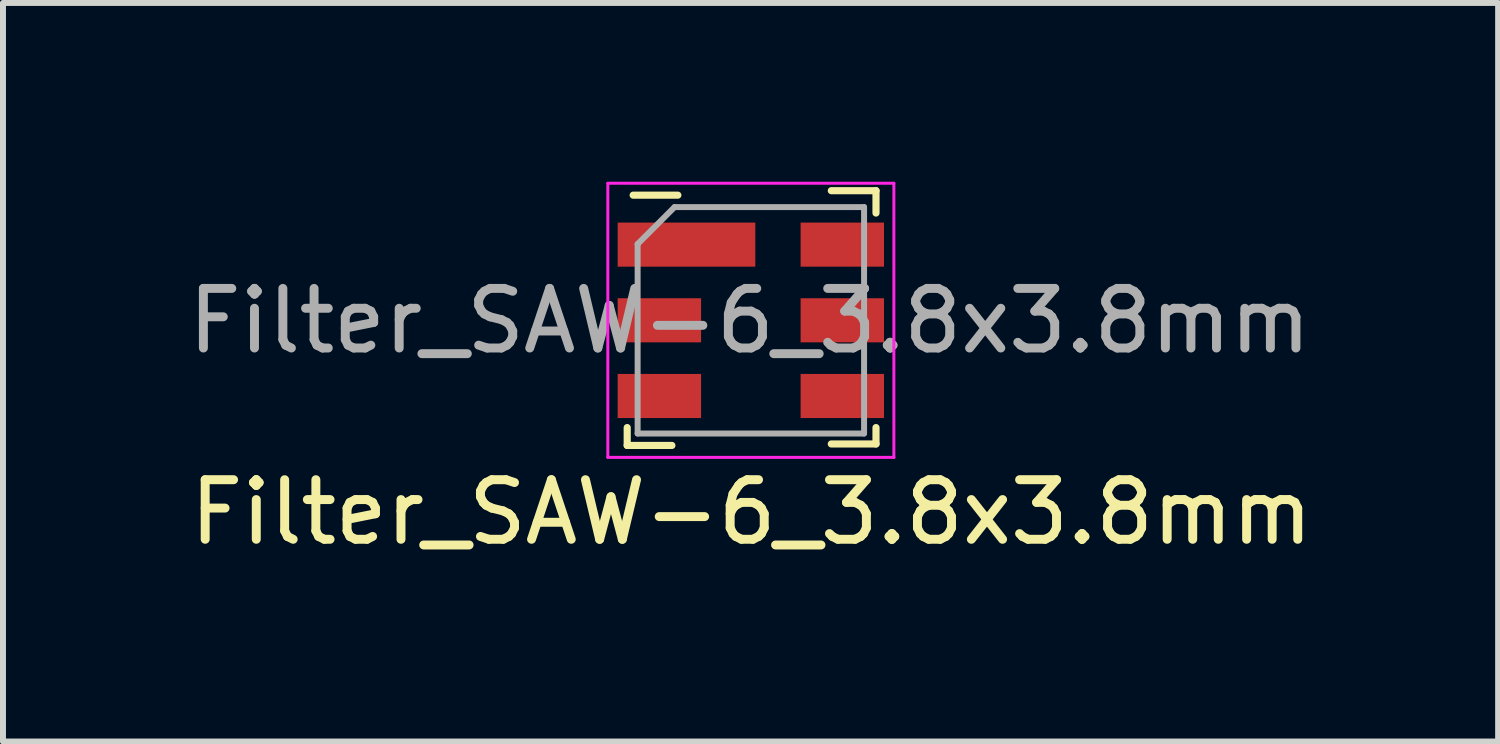
<source format=kicad_pcb>
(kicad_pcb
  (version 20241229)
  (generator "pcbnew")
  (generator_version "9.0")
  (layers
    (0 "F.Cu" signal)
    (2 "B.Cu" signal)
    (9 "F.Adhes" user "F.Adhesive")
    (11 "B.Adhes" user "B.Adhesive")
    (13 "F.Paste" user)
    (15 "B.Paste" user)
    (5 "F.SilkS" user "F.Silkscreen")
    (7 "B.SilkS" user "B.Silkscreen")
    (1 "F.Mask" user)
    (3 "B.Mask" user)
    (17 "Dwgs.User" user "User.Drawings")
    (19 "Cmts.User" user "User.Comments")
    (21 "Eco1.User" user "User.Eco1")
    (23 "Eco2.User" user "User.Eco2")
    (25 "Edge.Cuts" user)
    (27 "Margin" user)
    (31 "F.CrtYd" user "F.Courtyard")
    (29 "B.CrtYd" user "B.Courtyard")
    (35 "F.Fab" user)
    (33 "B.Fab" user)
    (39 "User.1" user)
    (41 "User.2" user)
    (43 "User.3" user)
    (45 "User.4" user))
  (footprint "Filter_SAW-6_3.8x3.8mm"
    (layer "F.Cu")
    (at 9.55 2.325)
    (property "Reference" "Filter_SAW-6_3.8x3.8mm" (at 0.01 3.22 0) (layer "F.SilkS") (effects (font (size 1 1) (thickness 0.15))))
    (attr smd)
    (fp_line (start -2.075 2.1) (end -2.075 1.8) (stroke (width 0.12) (type solid)) (layer "F.SilkS"))
    (fp_line (start -2.075 2.1) (end -1.325 2.1) (stroke (width 0.12) (type solid)) (layer "F.SilkS"))
    (fp_line (start -1.975 -2.1) (end -1.225 -2.1) (stroke (width 0.12) (type solid)) (layer "F.SilkS"))
    (fp_line (start 2.1 -2.175) (end 1.35 -2.175) (stroke (width 0.12) (type solid)) (layer "F.SilkS"))
    (fp_line (start 2.1 -2.175) (end 2.1 -1.8) (stroke (width 0.12) (type solid)) (layer "F.SilkS"))
    (fp_line (start 2.1 2.075) (end 1.35 2.075) (stroke (width 0.12) (type solid)) (layer "F.SilkS"))
    (fp_line (start 2.1 2.075) (end 2.1 1.8) (stroke (width 0.12) (type solid)) (layer "F.SilkS"))
    (fp_line (start -2.4 -2.3) (end 2.4 -2.3) (stroke (width 0.05) (type solid)) (layer "F.CrtYd"))
    (fp_line (start -2.4 2.3) (end -2.4 -2.3) (stroke (width 0.05) (type solid)) (layer "F.CrtYd"))
    (fp_line (start 2.4 -2.3) (end 2.4 2.3) (stroke (width 0.05) (type solid)) (layer "F.CrtYd"))
    (fp_line (start 2.4 2.3) (end -2.4 2.3) (stroke (width 0.05) (type solid)) (layer "F.CrtYd"))
    (fp_line (start -1.9 1.9) (end -1.9 -1.28) (stroke (width 0.1) (type solid)) (layer "F.Fab"))
    (fp_line (start -1.28 -1.9) (end -1.9 -1.28) (stroke (width 0.1) (type solid)) (layer "F.Fab"))
    (fp_line (start -1.28 -1.9) (end 1.9 -1.9) (stroke (width 0.1) (type solid)) (layer "F.Fab"))
    (fp_line (start 1.9 -1.9) (end 1.9 1.9) (stroke (width 0.1) (type solid)) (layer "F.Fab"))
    (fp_line (start 1.9 1.9) (end -1.9 1.9) (stroke (width 0.1) (type solid)) (layer "F.Fab"))
    (fp_text user "${REFERENCE}" (at -0.02 0.01 0) (layer "F.Fab") (effects (font (size 1 1) (thickness 0.15))))
    (pad "1" smd rect (at -1.08 -1.27) (size 2.31 0.74) (layers "F.Cu" "F.Mask" "F.Paste"))
    (pad "2" smd rect (at -1.535 0) (size 1.4 0.74) (layers "F.Cu" "F.Mask" "F.Paste"))
    (pad "3" smd rect (at -1.535 1.27) (size 1.4 0.74) (layers "F.Cu" "F.Mask" "F.Paste"))
    (pad "4" smd rect (at 1.535 1.27) (size 1.4 0.74) (layers "F.Cu" "F.Mask" "F.Paste"))
    (pad "5" smd rect (at 1.535 0) (size 1.4 0.74) (layers "F.Cu" "F.Mask" "F.Paste"))
    (pad "6" smd rect (at 1.535 -1.27) (size 1.4 0.74) (layers "F.Cu" "F.Mask" "F.Paste")))
  (gr_rect
    (start -3 -3)
    (end 22.09 9.393)
    (stroke (width 0.1) (type default))
    (fill no)
    (layer "Edge.Cuts")))
</source>
